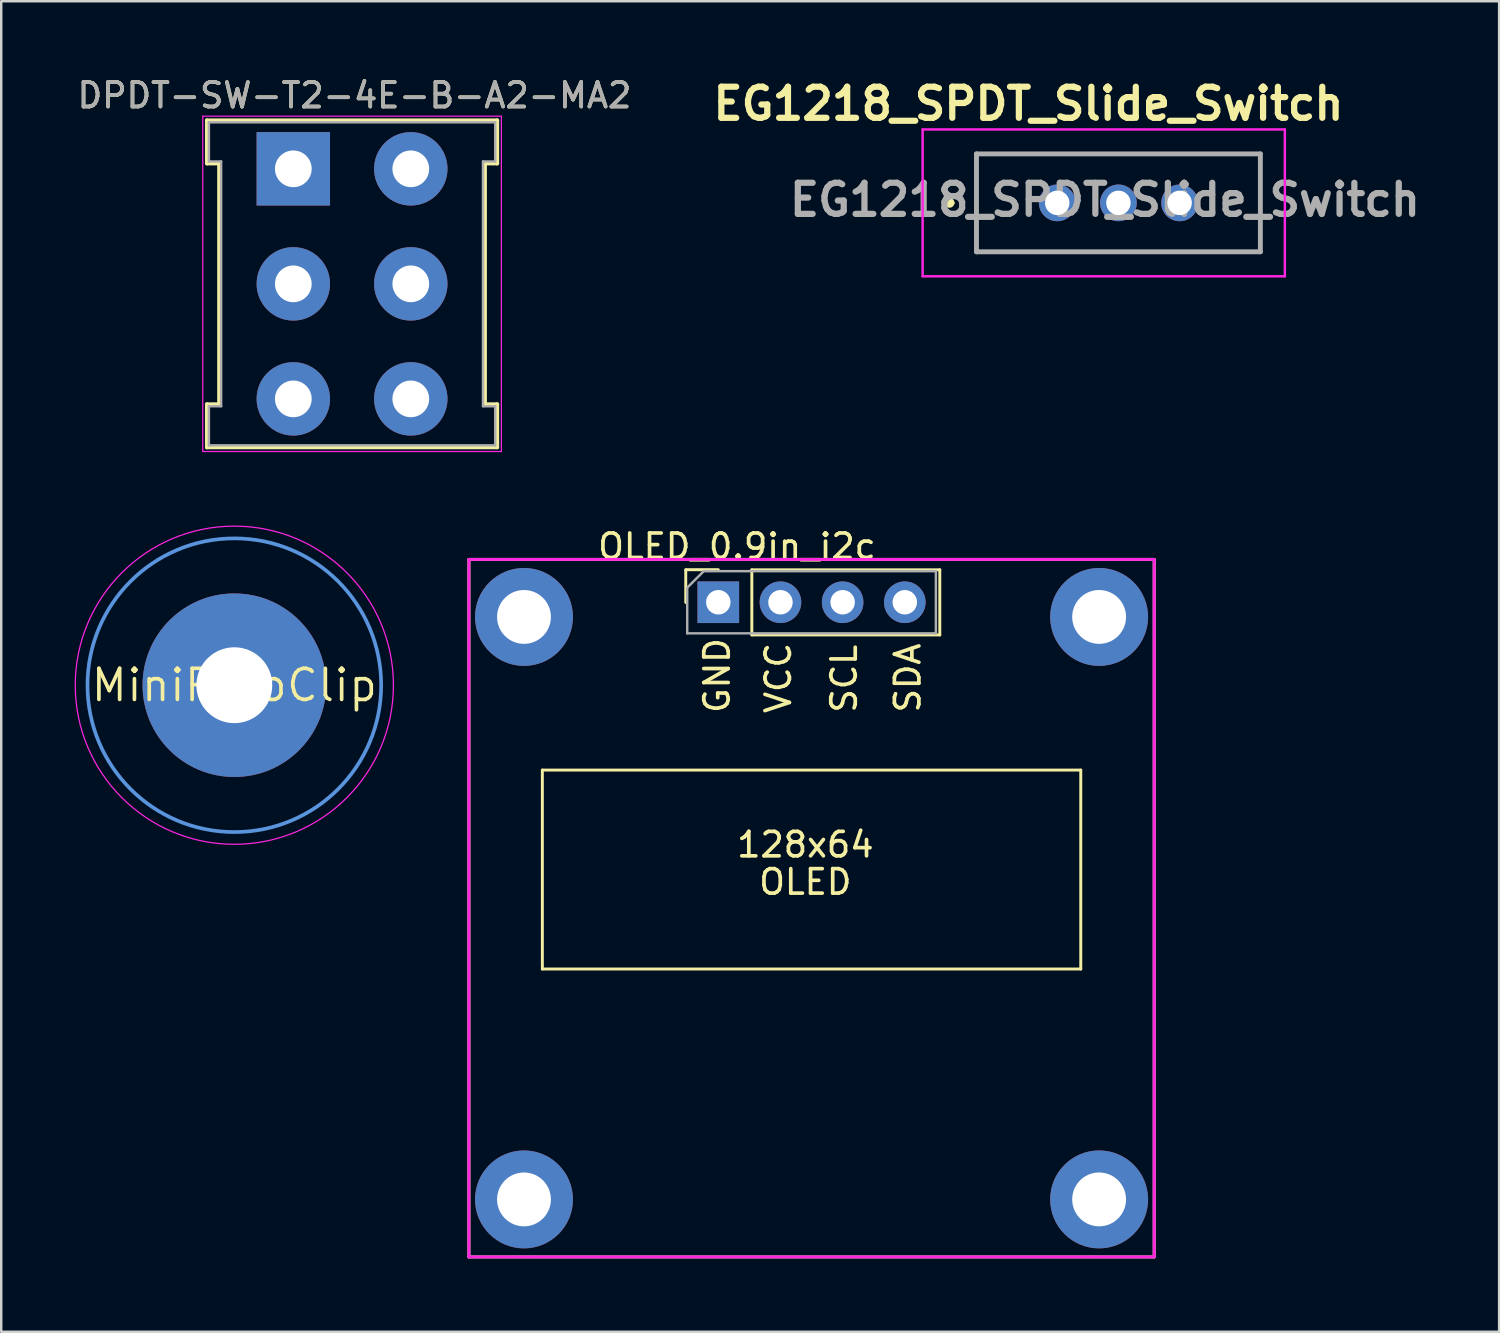
<source format=kicad_pcb>
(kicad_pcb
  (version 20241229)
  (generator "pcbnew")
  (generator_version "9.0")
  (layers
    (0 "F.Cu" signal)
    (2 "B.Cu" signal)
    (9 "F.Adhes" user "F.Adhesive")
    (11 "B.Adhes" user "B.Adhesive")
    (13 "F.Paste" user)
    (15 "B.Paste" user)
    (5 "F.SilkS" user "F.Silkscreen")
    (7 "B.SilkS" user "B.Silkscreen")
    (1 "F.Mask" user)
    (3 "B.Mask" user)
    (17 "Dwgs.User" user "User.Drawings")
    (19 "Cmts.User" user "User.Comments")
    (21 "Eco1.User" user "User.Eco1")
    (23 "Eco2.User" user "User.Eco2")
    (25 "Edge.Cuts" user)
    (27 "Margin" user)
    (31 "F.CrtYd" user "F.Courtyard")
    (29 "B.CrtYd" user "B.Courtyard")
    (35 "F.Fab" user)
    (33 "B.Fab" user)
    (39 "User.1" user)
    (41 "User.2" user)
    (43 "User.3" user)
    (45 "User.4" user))
  (footprint "MiniPyroClip"
    (layer "F.Cu")
    (at 6.525 24.948)
    (property "Reference" "MiniPyroClip" (at 0 0 0) (layer "F.SilkS") (effects (font (size 1.27 1.27) (thickness 0.15))))
    (attr exclude_from_pos_files exclude_from_bom)
    (fp_circle (center 0 0) (end 6 0) (stroke (width 0.15) (type solid)) (fill no) (layer "Cmts.User"))
    (fp_circle (center 0 0) (end 6.5 0) (stroke (width 0.05) (type solid)) (fill no) (layer "F.CrtYd"))
    (pad "1" thru_hole circle (at 0 0) (size 7.5 7.5) (drill 3.1) (layers "*.Cu" "*.Mask")))
  (footprint "OLED_0.9in_i2c"
    (layer "F.Cu")
    (at 30.11 33.242)
    (property "Reference" "OLED_0.9in_i2c" (at -3.048 -13.97 0) (layer "F.SilkS") (effects (font (size 1 1) (thickness 0.15))))
    (attr through_hole)
    (fp_line (start -14 -13.434) (end 14 -13.434) (stroke (width 0.12) (type solid)) (layer "F.SilkS"))
    (fp_line (start -14 15.066) (end -14 -13.434) (stroke (width 0.12) (type solid)) (layer "F.SilkS"))
    (fp_line (start -11 -4.826) (end 11 -4.826) (stroke (width 0.12) (type solid)) (layer "F.SilkS"))
    (fp_line (start -11 3.302) (end -11 -4.826) (stroke (width 0.12) (type solid)) (layer "F.SilkS"))
    (fp_line (start -11 3.302) (end 11 3.302) (stroke (width 0.12) (type solid)) (layer "F.SilkS"))
    (fp_line (start -5.14 -13.014) (end -3.81 -13.014) (stroke (width 0.12) (type solid)) (layer "F.SilkS"))
    (fp_line (start -5.14 -13.005) (end -5.14 -11.675) (stroke (width 0.12) (type solid)) (layer "F.SilkS"))
    (fp_line (start -2.44 -13.01) (end -2.44 -10.35) (stroke (width 0.12) (type solid)) (layer "F.SilkS"))
    (fp_line (start 5.24 -13.01) (end -2.44 -13.01) (stroke (width 0.12) (type solid)) (layer "F.SilkS"))
    (fp_line (start 5.24 -13.01) (end 5.24 -10.35) (stroke (width 0.12) (type solid)) (layer "F.SilkS"))
    (fp_line (start 5.24 -10.35) (end -2.44 -10.35) (stroke (width 0.12) (type solid)) (layer "F.SilkS"))
    (fp_line (start 11 -4.826) (end 11 3.302) (stroke (width 0.12) (type solid)) (layer "F.SilkS"))
    (fp_line (start 14 -13.434) (end 14 15.066) (stroke (width 0.12) (type solid)) (layer "F.SilkS"))
    (fp_line (start 14 15.066) (end -14 15.066) (stroke (width 0.12) (type solid)) (layer "F.SilkS"))
    (fp_line (start -14 -13.434) (end 14 -13.434) (stroke (width 0.12) (type solid)) (layer "F.CrtYd"))
    (fp_line (start -14 15.066) (end -14 -13.434) (stroke (width 0.12) (type solid)) (layer "F.CrtYd"))
    (fp_line (start 14 -13.434) (end 14 15.066) (stroke (width 0.12) (type solid)) (layer "F.CrtYd"))
    (fp_line (start 14 15.066) (end -14 15.066) (stroke (width 0.12) (type solid)) (layer "F.CrtYd"))
    (fp_line (start -5.08 -10.414) (end -5.08 -12.28) (stroke (width 0.1) (type solid)) (layer "F.Fab"))
    (fp_line (start -5.06 -12.3) (end -4.425 -12.935) (stroke (width 0.1) (type solid)) (layer "F.Fab"))
    (fp_line (start -4.42 -12.954) (end 5.08 -12.954) (stroke (width 0.1) (type solid)) (layer "F.Fab"))
    (fp_line (start 5.08 -12.954) (end 5.08 -10.414) (stroke (width 0.1) (type solid)) (layer "F.Fab"))
    (fp_line (start 5.08 -10.414) (end -5.08 -10.414) (stroke (width 0.1) (type solid)) (layer "F.Fab"))
    (fp_text user "128x64" (at -0.254 -1.778 0) (layer "F.SilkS") (effects (font (size 1 1) (thickness 0.15))))
    (fp_text user "SCL" (at 1.33 -8.56 90) (layer "F.SilkS") (effects (font (size 1 1) (thickness 0.15))))
    (fp_text user "SDA" (at 3.93 -8.59 90) (layer "F.SilkS") (effects (font (size 1 1) (thickness 0.15))))
    (fp_text user "VCC" (at -1.36 -8.59 90) (layer "F.SilkS") (effects (font (size 1 1) (thickness 0.15))))
    (fp_text user "OLED" (at -0.254 -0.254 0) (layer "F.SilkS") (effects (font (size 1 1) (thickness 0.15))))
    (fp_text user "GND" (at -3.86 -8.69 90) (layer "F.SilkS") (effects (font (size 1 1) (thickness 0.15))))
    (pad "" thru_hole circle (at -11.75 -11.084) (size 4 4) (drill 2.2) (layers "*.Cu" "*.Mask"))
    (pad "" thru_hole circle (at -11.75 12.716) (size 4 4) (drill 2.2) (layers "*.Cu" "*.Mask"))
    (pad "" thru_hole circle (at 11.75 -11.084) (size 4 4) (drill 2.2) (layers "*.Cu" "*.Mask"))
    (pad "" thru_hole circle (at 11.75 12.716) (size 4 4) (drill 2.2) (layers "*.Cu" "*.Mask"))
    (pad "1" thru_hole rect (at -3.81 -11.684 270) (size 1.7 1.7) (drill 1) (layers "*.Cu" "*.Mask"))
    (pad "2" thru_hole circle (at -1.27 -11.684 270) (size 1.7 1.7) (drill 1) (layers "*.Cu" "*.Mask"))
    (pad "3" thru_hole circle (at 1.27 -11.684 270) (size 1.7 1.7) (drill 1) (layers "*.Cu" "*.Mask"))
    (pad "4" thru_hole circle (at 3.81 -11.684 270) (size 1.7 1.7) (drill 1) (layers "*.Cu" "*.Mask")))
  (footprint "EG1218_SPDT_Slide_Switch"
    (layer "F.Cu")
    (at 40.149 5.239)
    (property "Reference" "EG1218_SPDT_Slide_Switch" (at -1.175 -4.05 0) (layer "F.SilkS") (effects (font (size 1.27 1.27) (thickness 0.254))))
    (attr through_hole)
    (fp_line (start -4.5 0) (end -4.5 0) (stroke (width 0.2) (type solid)) (layer "F.SilkS"))
    (fp_line (start -4.3 0) (end -4.3 0) (stroke (width 0.2) (type solid)) (layer "F.SilkS"))
    (fp_line (start -3.3 -2) (end 8.3 -2) (stroke (width 0.1) (type solid)) (layer "F.SilkS"))
    (fp_line (start -3.3 2) (end -3.3 -2) (stroke (width 0.1) (type solid)) (layer "F.SilkS"))
    (fp_line (start 8.3 -2) (end 8.3 2) (stroke (width 0.1) (type solid)) (layer "F.SilkS"))
    (fp_line (start 8.3 2) (end -3.3 2) (stroke (width 0.1) (type solid)) (layer "F.SilkS"))
    (fp_arc (start -4.5 0) (mid -4.4 -0.1) (end -4.3 0) (stroke (width 0.2) (type solid)) (layer "F.SilkS"))
    (fp_arc (start -4.3 0) (mid -4.4 0.1) (end -4.5 0) (stroke (width 0.2) (type solid)) (layer "F.SilkS"))
    (fp_line (start -5.5 -3) (end 9.3 -3) (stroke (width 0.1) (type solid)) (layer "F.CrtYd"))
    (fp_line (start -5.5 3) (end -5.5 -3) (stroke (width 0.1) (type solid)) (layer "F.CrtYd"))
    (fp_line (start 9.3 -3) (end 9.3 3) (stroke (width 0.1) (type solid)) (layer "F.CrtYd"))
    (fp_line (start 9.3 3) (end -5.5 3) (stroke (width 0.1) (type solid)) (layer "F.CrtYd"))
    (fp_line (start -3.3 -2) (end 8.3 -2) (stroke (width 0.2) (type solid)) (layer "F.Fab"))
    (fp_line (start -3.3 2) (end -3.3 -2) (stroke (width 0.2) (type solid)) (layer "F.Fab"))
    (fp_line (start 8.3 -2) (end 8.3 2) (stroke (width 0.2) (type solid)) (layer "F.Fab"))
    (fp_line (start 8.3 2) (end -3.3 2) (stroke (width 0.2) (type solid)) (layer "F.Fab"))
    (fp_text user "${REFERENCE}" (at 1.95 -0.125 0) (layer "F.Fab") (effects (font (size 1.27 1.27) (thickness 0.254))))
    (pad "1" thru_hole circle (at 0 0) (size 1.5 1.5) (drill 1) (layers "*.Cu" "*.Mask"))
    (pad "2" thru_hole circle (at 2.5 0) (size 1.5 1.5) (drill 1) (layers "*.Cu" "*.Mask"))
    (pad "3" thru_hole circle (at 5 0) (size 1.5 1.5) (drill 1) (layers "*.Cu" "*.Mask")))
  (footprint "DPDT-SW-T2-4E-B-A2-MA2"
    (layer "F.Cu")
    (at 8.935 3.848)
    (property "Reference" "DPDT-SW-T2-4E-B-A2-MA2" (at 2.5 -3 0) (layer "F.SilkS") (effects (font (size 1 1) (thickness 0.15))))
    (attr through_hole)
    (fp_line (start -3.53 -1.98) (end 8.33 -1.98) (stroke (width 0.16) (type solid)) (layer "F.SilkS"))
    (fp_line (start -3.53 -0.22) (end -3.53 -1.98) (stroke (width 0.16) (type solid)) (layer "F.SilkS"))
    (fp_line (start -3.53 9.62) (end -3.03 9.62) (stroke (width 0.16) (type solid)) (layer "F.SilkS"))
    (fp_line (start -3.53 11.38) (end -3.53 9.62) (stroke (width 0.16) (type solid)) (layer "F.SilkS"))
    (fp_line (start -3.03 -0.22) (end -3.53 -0.22) (stroke (width 0.16) (type solid)) (layer "F.SilkS"))
    (fp_line (start -3.03 9.62) (end -3.03 -0.22) (stroke (width 0.16) (type solid)) (layer "F.SilkS"))
    (fp_line (start 7.83 -0.22) (end 7.83 9.62) (stroke (width 0.16) (type solid)) (layer "F.SilkS"))
    (fp_line (start 7.83 9.62) (end 8.33 9.62) (stroke (width 0.16) (type solid)) (layer "F.SilkS"))
    (fp_line (start 8.33 -1.98) (end 8.33 -0.22) (stroke (width 0.16) (type solid)) (layer "F.SilkS"))
    (fp_line (start 8.33 -0.22) (end 7.83 -0.22) (stroke (width 0.16) (type solid)) (layer "F.SilkS"))
    (fp_line (start 8.33 9.62) (end 8.33 11.38) (stroke (width 0.16) (type solid)) (layer "F.SilkS"))
    (fp_line (start 8.33 11.38) (end -3.53 11.38) (stroke (width 0.16) (type solid)) (layer "F.SilkS"))
    (fp_line (start -3.7 -2.15) (end 8.5 -2.15) (stroke (width 0.05) (type solid)) (layer "F.CrtYd"))
    (fp_line (start -3.7 11.55) (end -3.7 -2.15) (stroke (width 0.05) (type solid)) (layer "F.CrtYd"))
    (fp_line (start 8.5 -2.15) (end 8.5 11.55) (stroke (width 0.05) (type solid)) (layer "F.CrtYd"))
    (fp_line (start 8.5 11.55) (end -3.7 11.55) (stroke (width 0.05) (type solid)) (layer "F.CrtYd"))
    (fp_line (start -3.45 -1.9) (end -3.45 -0.3) (stroke (width 0.1) (type solid)) (layer "F.Fab"))
    (fp_line (start -3.45 -1.9) (end 8.25 -1.9) (stroke (width 0.1) (type solid)) (layer "F.Fab"))
    (fp_line (start -3.45 -0.3) (end -2.95 -0.3) (stroke (width 0.1) (type solid)) (layer "F.Fab"))
    (fp_line (start -3.45 9.7) (end -3.45 11.3) (stroke (width 0.1) (type solid)) (layer "F.Fab"))
    (fp_line (start -2.95 9.7) (end -3.45 9.7) (stroke (width 0.1) (type solid)) (layer "F.Fab"))
    (fp_line (start -2.95 9.7) (end -2.95 -0.3) (stroke (width 0.1) (type solid)) (layer "F.Fab"))
    (fp_line (start 7.75 -0.3) (end 7.75 9.7) (stroke (width 0.1) (type solid)) (layer "F.Fab"))
    (fp_line (start 7.75 -0.3) (end 8.25 -0.3) (stroke (width 0.1) (type solid)) (layer "F.Fab"))
    (fp_line (start 8.25 -0.3) (end 8.25 -1.9) (stroke (width 0.1) (type solid)) (layer "F.Fab"))
    (fp_line (start 8.25 9.7) (end 7.75 9.7) (stroke (width 0.1) (type solid)) (layer "F.Fab"))
    (fp_line (start 8.25 11.3) (end -3.45 11.3) (stroke (width 0.1) (type solid)) (layer "F.Fab"))
    (fp_line (start 8.25 11.3) (end 8.25 9.7) (stroke (width 0.1) (type solid)) (layer "F.Fab"))
    (fp_text user "${REFERENCE}" (at 2.5 -3 0) (layer "F.Fab") (effects (font (size 1 1) (thickness 0.15))))
    (pad "1" thru_hole rect (at 0 0) (size 3 3) (drill 1.5) (layers "*.Cu" "*.Mask"))
    (pad "2" thru_hole circle (at 0 4.7) (size 3 3) (drill 1.5) (layers "*.Cu" "*.Mask"))
    (pad "3" thru_hole circle (at 0 9.4) (size 3 3) (drill 1.5) (layers "*.Cu" "*.Mask"))
    (pad "4" thru_hole circle (at 4.8 0) (size 3 3) (drill 1.5) (layers "*.Cu" "*.Mask"))
    (pad "5" thru_hole circle (at 4.8 4.7) (size 3 3) (drill 1.5) (layers "*.Cu" "*.Mask"))
    (pad "6" thru_hole circle (at 4.8 9.4) (size 3 3) (drill 1.5) (layers "*.Cu" "*.Mask")))
  (gr_rect
    (start -3 -3)
    (end 58.204 51.367)
    (stroke (width 0.1) (type default))
    (fill no)
    (layer "Edge.Cuts")))
</source>
